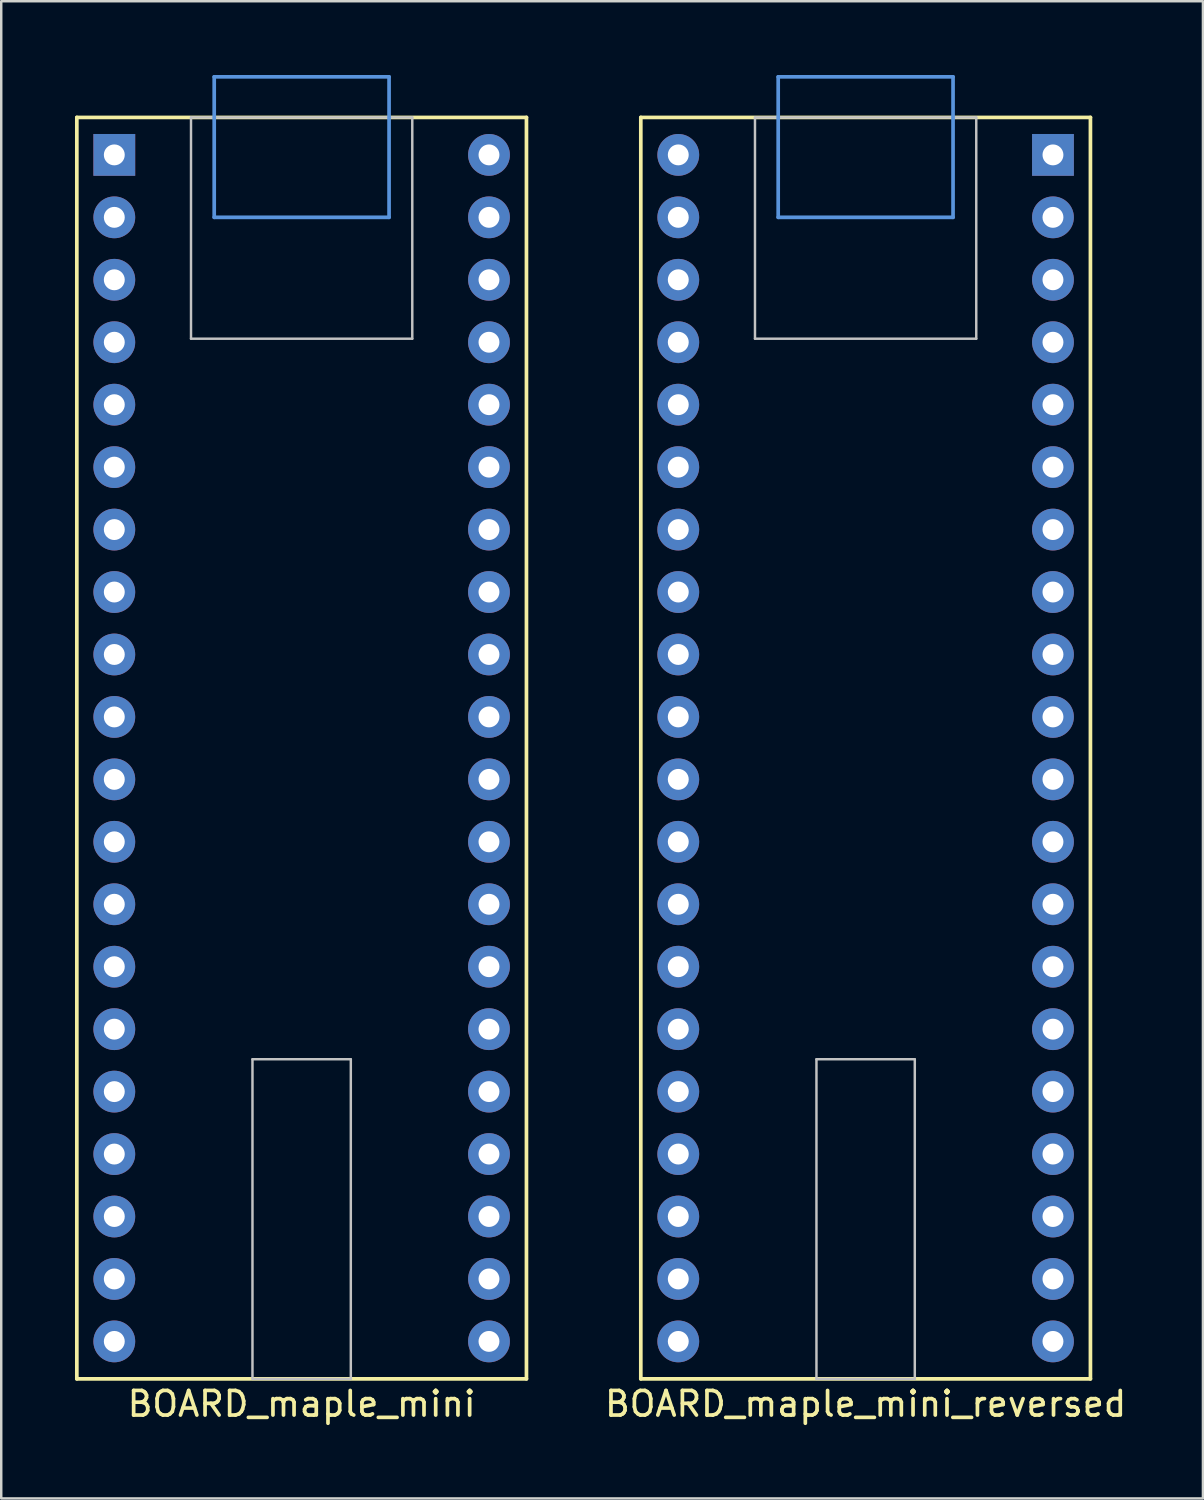
<source format=kicad_pcb>
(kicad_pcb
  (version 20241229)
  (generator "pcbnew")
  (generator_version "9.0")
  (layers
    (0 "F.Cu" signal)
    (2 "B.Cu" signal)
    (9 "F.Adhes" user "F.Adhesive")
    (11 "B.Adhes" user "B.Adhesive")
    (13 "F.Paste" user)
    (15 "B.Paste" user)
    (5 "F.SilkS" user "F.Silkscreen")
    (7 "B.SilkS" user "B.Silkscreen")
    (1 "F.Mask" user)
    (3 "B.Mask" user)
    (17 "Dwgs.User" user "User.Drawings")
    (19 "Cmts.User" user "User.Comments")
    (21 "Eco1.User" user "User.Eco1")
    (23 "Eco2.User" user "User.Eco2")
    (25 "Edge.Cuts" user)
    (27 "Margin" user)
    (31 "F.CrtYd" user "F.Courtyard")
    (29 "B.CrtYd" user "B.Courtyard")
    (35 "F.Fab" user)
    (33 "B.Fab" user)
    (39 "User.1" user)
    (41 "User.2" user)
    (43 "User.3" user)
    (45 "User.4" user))
  (footprint "BOARD_maple_mini"
    (layer "F.Cu")
    (at 9.219 1.726)
    (property "Reference" "BOARD_maple_mini" (at 0 52.324 0) (layer "F.SilkS") (effects (font (size 1 1) (thickness 0.15))))
    (attr through_hole)
    (fp_line (start -9.144 0) (end 9.144 0) (stroke (width 0.15) (type solid)) (layer "F.SilkS"))
    (fp_line (start -9.144 51.308) (end -9.144 0) (stroke (width 0.15) (type solid)) (layer "F.SilkS"))
    (fp_line (start 9.144 0) (end 9.144 51.308) (stroke (width 0.15) (type solid)) (layer "F.SilkS"))
    (fp_line (start 9.144 51.308) (end -9.144 51.308) (stroke (width 0.15) (type solid)) (layer "F.SilkS"))
    (fp_line (start -4.5 0) (end -4.5 9) (stroke (width 0.1) (type solid)) (layer "Dwgs.User"))
    (fp_line (start -4.5 9) (end 4.5 9) (stroke (width 0.1) (type solid)) (layer "Dwgs.User"))
    (fp_line (start -2 38.308) (end 2 38.308) (stroke (width 0.1) (type solid)) (layer "Dwgs.User"))
    (fp_line (start -2 51.308) (end -2 38.308) (stroke (width 0.1) (type solid)) (layer "Dwgs.User"))
    (fp_line (start 2 38.308) (end 2 51.308) (stroke (width 0.1) (type solid)) (layer "Dwgs.User"))
    (fp_line (start 2 51.308) (end -2 51.308) (stroke (width 0.1) (type solid)) (layer "Dwgs.User"))
    (fp_line (start 4.5 0) (end -4.5 0) (stroke (width 0.1) (type solid)) (layer "Dwgs.User"))
    (fp_line (start 4.5 9) (end 4.5 0) (stroke (width 0.1) (type solid)) (layer "Dwgs.User"))
    (fp_line (start -3.556 -1.651) (end -3.556 4.064) (stroke (width 0.15) (type solid)) (layer "Cmts.User"))
    (fp_line (start -3.556 4.064) (end 3.556 4.064) (stroke (width 0.15) (type solid)) (layer "Cmts.User"))
    (fp_line (start 3.556 -1.651) (end -3.556 -1.651) (stroke (width 0.15) (type solid)) (layer "Cmts.User"))
    (fp_line (start 3.556 4.064) (end 3.556 -1.651) (stroke (width 0.15) (type solid)) (layer "Cmts.User"))
    (pad "1" thru_hole rect (at -7.62 1.524) (size 1.7 1.7) (drill 0.85) (layers "*.Cu" "*.Mask"))
    (pad "2" thru_hole circle (at -7.62 4.064) (size 1.7 1.7) (drill 0.85) (layers "*.Cu" "*.Mask"))
    (pad "3" thru_hole circle (at -7.62 6.604) (size 1.7 1.7) (drill 0.85) (layers "*.Cu" "*.Mask"))
    (pad "4" thru_hole circle (at -7.62 9.144) (size 1.7 1.7) (drill 0.85) (layers "*.Cu" "*.Mask"))
    (pad "5" thru_hole circle (at -7.62 11.684) (size 1.7 1.7) (drill 0.85) (layers "*.Cu" "*.Mask"))
    (pad "6" thru_hole circle (at -7.62 14.224) (size 1.7 1.7) (drill 0.85) (layers "*.Cu" "*.Mask"))
    (pad "7" thru_hole circle (at -7.62 16.764) (size 1.7 1.7) (drill 0.85) (layers "*.Cu" "*.Mask"))
    (pad "8" thru_hole circle (at -7.62 19.304) (size 1.7 1.7) (drill 0.85) (layers "*.Cu" "*.Mask"))
    (pad "9" thru_hole circle (at -7.62 21.844) (size 1.7 1.7) (drill 0.85) (layers "*.Cu" "*.Mask"))
    (pad "10" thru_hole circle (at -7.62 24.384) (size 1.7 1.7) (drill 0.85) (layers "*.Cu" "*.Mask"))
    (pad "11" thru_hole circle (at -7.62 26.924) (size 1.7 1.7) (drill 0.85) (layers "*.Cu" "*.Mask"))
    (pad "12" thru_hole circle (at -7.62 29.464) (size 1.7 1.7) (drill 0.85) (layers "*.Cu" "*.Mask"))
    (pad "13" thru_hole circle (at -7.62 32.004) (size 1.7 1.7) (drill 0.85) (layers "*.Cu" "*.Mask"))
    (pad "14" thru_hole circle (at -7.62 34.544) (size 1.7 1.7) (drill 0.85) (layers "*.Cu" "*.Mask"))
    (pad "15" thru_hole circle (at -7.62 37.084) (size 1.7 1.7) (drill 0.85) (layers "*.Cu" "*.Mask"))
    (pad "16" thru_hole circle (at -7.62 39.624) (size 1.7 1.7) (drill 0.85) (layers "*.Cu" "*.Mask"))
    (pad "17" thru_hole circle (at -7.62 42.164) (size 1.7 1.7) (drill 0.85) (layers "*.Cu" "*.Mask"))
    (pad "18" thru_hole circle (at -7.62 44.704) (size 1.7 1.7) (drill 0.85) (layers "*.Cu" "*.Mask"))
    (pad "19" thru_hole circle (at -7.62 47.244) (size 1.7 1.7) (drill 0.85) (layers "*.Cu" "*.Mask"))
    (pad "20" thru_hole circle (at -7.62 49.784) (size 1.7 1.7) (drill 0.85) (layers "*.Cu" "*.Mask"))
    (pad "21" thru_hole circle (at 7.62 49.784) (size 1.7 1.7) (drill 0.85) (layers "*.Cu" "*.Mask"))
    (pad "22" thru_hole circle (at 7.62 47.244) (size 1.7 1.7) (drill 0.85) (layers "*.Cu" "*.Mask"))
    (pad "23" thru_hole circle (at 7.62 44.704) (size 1.7 1.7) (drill 0.85) (layers "*.Cu" "*.Mask"))
    (pad "24" thru_hole circle (at 7.62 42.164) (size 1.7 1.7) (drill 0.85) (layers "*.Cu" "*.Mask"))
    (pad "25" thru_hole circle (at 7.62 39.624) (size 1.7 1.7) (drill 0.85) (layers "*.Cu" "*.Mask"))
    (pad "26" thru_hole circle (at 7.62 37.084) (size 1.7 1.7) (drill 0.85) (layers "*.Cu" "*.Mask"))
    (pad "27" thru_hole circle (at 7.62 34.544) (size 1.7 1.7) (drill 0.85) (layers "*.Cu" "*.Mask"))
    (pad "28" thru_hole circle (at 7.62 32.004) (size 1.7 1.7) (drill 0.85) (layers "*.Cu" "*.Mask"))
    (pad "29" thru_hole circle (at 7.62 29.464) (size 1.7 1.7) (drill 0.85) (layers "*.Cu" "*.Mask"))
    (pad "30" thru_hole circle (at 7.62 26.924) (size 1.7 1.7) (drill 0.85) (layers "*.Cu" "*.Mask"))
    (pad "31" thru_hole circle (at 7.62 24.384) (size 1.7 1.7) (drill 0.85) (layers "*.Cu" "*.Mask"))
    (pad "32" thru_hole circle (at 7.62 21.844) (size 1.7 1.7) (drill 0.85) (layers "*.Cu" "*.Mask"))
    (pad "33" thru_hole circle (at 7.62 19.304) (size 1.7 1.7) (drill 0.85) (layers "*.Cu" "*.Mask"))
    (pad "34" thru_hole circle (at 7.62 16.764) (size 1.7 1.7) (drill 0.85) (layers "*.Cu" "*.Mask"))
    (pad "35" thru_hole circle (at 7.62 14.224) (size 1.7 1.7) (drill 0.85) (layers "*.Cu" "*.Mask"))
    (pad "36" thru_hole circle (at 7.62 11.684) (size 1.7 1.7) (drill 0.85) (layers "*.Cu" "*.Mask"))
    (pad "37" thru_hole circle (at 7.62 9.144) (size 1.7 1.7) (drill 0.85) (layers "*.Cu" "*.Mask"))
    (pad "38" thru_hole circle (at 7.62 6.604) (size 1.7 1.7) (drill 0.85) (layers "*.Cu" "*.Mask"))
    (pad "39" thru_hole circle (at 7.62 4.064) (size 1.7 1.7) (drill 0.85) (layers "*.Cu" "*.Mask"))
    (pad "40" thru_hole circle (at 7.62 1.524) (size 1.7 1.7) (drill 0.85) (layers "*.Cu" "*.Mask")))
  (footprint "BOARD_maple_mini_reversed"
    (layer "F.Cu")
    (at 32.158 1.726)
    (property "Reference" "BOARD_maple_mini_reversed" (at 0 52.324 0) (layer "F.SilkS") (effects (font (size 1 1) (thickness 0.15))))
    (attr through_hole)
    (fp_line (start -9.144 0) (end 9.144 0) (stroke (width 0.15) (type solid)) (layer "F.SilkS"))
    (fp_line (start -9.144 51.308) (end -9.144 0) (stroke (width 0.15) (type solid)) (layer "F.SilkS"))
    (fp_line (start 9.144 0) (end 9.144 51.308) (stroke (width 0.15) (type solid)) (layer "F.SilkS"))
    (fp_line (start 9.144 51.308) (end -9.144 51.308) (stroke (width 0.15) (type solid)) (layer "F.SilkS"))
    (fp_line (start -4.5 0) (end -4.5 9) (stroke (width 0.1) (type solid)) (layer "Dwgs.User"))
    (fp_line (start -4.5 9) (end 4.5 9) (stroke (width 0.1) (type solid)) (layer "Dwgs.User"))
    (fp_line (start -2 38.308) (end 2 38.308) (stroke (width 0.1) (type solid)) (layer "Dwgs.User"))
    (fp_line (start -2 51.308) (end -2 38.308) (stroke (width 0.1) (type solid)) (layer "Dwgs.User"))
    (fp_line (start 2 38.308) (end 2 51.308) (stroke (width 0.1) (type solid)) (layer "Dwgs.User"))
    (fp_line (start 2 51.308) (end -2 51.308) (stroke (width 0.1) (type solid)) (layer "Dwgs.User"))
    (fp_line (start 4.5 0) (end -4.5 0) (stroke (width 0.1) (type solid)) (layer "Dwgs.User"))
    (fp_line (start 4.5 9) (end 4.5 0) (stroke (width 0.1) (type solid)) (layer "Dwgs.User"))
    (fp_line (start -3.556 -1.651) (end -3.556 4.064) (stroke (width 0.15) (type solid)) (layer "Cmts.User"))
    (fp_line (start -3.556 4.064) (end 3.556 4.064) (stroke (width 0.15) (type solid)) (layer "Cmts.User"))
    (fp_line (start 3.556 -1.651) (end -3.556 -1.651) (stroke (width 0.15) (type solid)) (layer "Cmts.User"))
    (fp_line (start 3.556 4.064) (end 3.556 -1.651) (stroke (width 0.15) (type solid)) (layer "Cmts.User"))
    (pad "1" thru_hole rect (at 7.62 1.524) (size 1.7 1.7) (drill 0.85) (layers "*.Cu" "*.Mask"))
    (pad "2" thru_hole circle (at 7.62 4.064) (size 1.7 1.7) (drill 0.85) (layers "*.Cu" "*.Mask"))
    (pad "3" thru_hole circle (at 7.62 6.604) (size 1.7 1.7) (drill 0.85) (layers "*.Cu" "*.Mask"))
    (pad "4" thru_hole circle (at 7.62 9.144) (size 1.7 1.7) (drill 0.85) (layers "*.Cu" "*.Mask"))
    (pad "5" thru_hole circle (at 7.62 11.684) (size 1.7 1.7) (drill 0.85) (layers "*.Cu" "*.Mask"))
    (pad "6" thru_hole circle (at 7.62 14.224) (size 1.7 1.7) (drill 0.85) (layers "*.Cu" "*.Mask"))
    (pad "7" thru_hole circle (at 7.62 16.764) (size 1.7 1.7) (drill 0.85) (layers "*.Cu" "*.Mask"))
    (pad "8" thru_hole circle (at 7.62 19.304) (size 1.7 1.7) (drill 0.85) (layers "*.Cu" "*.Mask"))
    (pad "9" thru_hole circle (at 7.62 21.844) (size 1.7 1.7) (drill 0.85) (layers "*.Cu" "*.Mask"))
    (pad "10" thru_hole circle (at 7.62 24.384) (size 1.7 1.7) (drill 0.85) (layers "*.Cu" "*.Mask"))
    (pad "11" thru_hole circle (at 7.62 26.924) (size 1.7 1.7) (drill 0.85) (layers "*.Cu" "*.Mask"))
    (pad "12" thru_hole circle (at 7.62 29.464) (size 1.7 1.7) (drill 0.85) (layers "*.Cu" "*.Mask"))
    (pad "13" thru_hole circle (at 7.62 32.004) (size 1.7 1.7) (drill 0.85) (layers "*.Cu" "*.Mask"))
    (pad "14" thru_hole circle (at 7.62 34.544) (size 1.7 1.7) (drill 0.85) (layers "*.Cu" "*.Mask"))
    (pad "15" thru_hole circle (at 7.62 37.084) (size 1.7 1.7) (drill 0.85) (layers "*.Cu" "*.Mask"))
    (pad "16" thru_hole circle (at 7.62 39.624) (size 1.7 1.7) (drill 0.85) (layers "*.Cu" "*.Mask"))
    (pad "17" thru_hole circle (at 7.62 42.164) (size 1.7 1.7) (drill 0.85) (layers "*.Cu" "*.Mask"))
    (pad "18" thru_hole circle (at 7.62 44.704) (size 1.7 1.7) (drill 0.85) (layers "*.Cu" "*.Mask"))
    (pad "19" thru_hole circle (at 7.62 47.244) (size 1.7 1.7) (drill 0.85) (layers "*.Cu" "*.Mask"))
    (pad "20" thru_hole circle (at 7.62 49.784) (size 1.7 1.7) (drill 0.85) (layers "*.Cu" "*.Mask"))
    (pad "21" thru_hole circle (at -7.62 49.784) (size 1.7 1.7) (drill 0.85) (layers "*.Cu" "*.Mask"))
    (pad "22" thru_hole circle (at -7.62 47.244) (size 1.7 1.7) (drill 0.85) (layers "*.Cu" "*.Mask"))
    (pad "23" thru_hole circle (at -7.62 44.704) (size 1.7 1.7) (drill 0.85) (layers "*.Cu" "*.Mask"))
    (pad "24" thru_hole circle (at -7.62 42.164) (size 1.7 1.7) (drill 0.85) (layers "*.Cu" "*.Mask"))
    (pad "25" thru_hole circle (at -7.62 39.624) (size 1.7 1.7) (drill 0.85) (layers "*.Cu" "*.Mask"))
    (pad "26" thru_hole circle (at -7.62 37.084) (size 1.7 1.7) (drill 0.85) (layers "*.Cu" "*.Mask"))
    (pad "27" thru_hole circle (at -7.62 34.544) (size 1.7 1.7) (drill 0.85) (layers "*.Cu" "*.Mask"))
    (pad "28" thru_hole circle (at -7.62 32.004) (size 1.7 1.7) (drill 0.85) (layers "*.Cu" "*.Mask"))
    (pad "29" thru_hole circle (at -7.62 29.464) (size 1.7 1.7) (drill 0.85) (layers "*.Cu" "*.Mask"))
    (pad "30" thru_hole circle (at -7.62 26.924) (size 1.7 1.7) (drill 0.85) (layers "*.Cu" "*.Mask"))
    (pad "31" thru_hole circle (at -7.62 24.384) (size 1.7 1.7) (drill 0.85) (layers "*.Cu" "*.Mask"))
    (pad "32" thru_hole circle (at -7.62 21.844) (size 1.7 1.7) (drill 0.85) (layers "*.Cu" "*.Mask"))
    (pad "33" thru_hole circle (at -7.62 19.304) (size 1.7 1.7) (drill 0.85) (layers "*.Cu" "*.Mask"))
    (pad "34" thru_hole circle (at -7.62 16.764) (size 1.7 1.7) (drill 0.85) (layers "*.Cu" "*.Mask"))
    (pad "35" thru_hole circle (at -7.62 14.224) (size 1.7 1.7) (drill 0.85) (layers "*.Cu" "*.Mask"))
    (pad "36" thru_hole circle (at -7.62 11.684) (size 1.7 1.7) (drill 0.85) (layers "*.Cu" "*.Mask"))
    (pad "37" thru_hole circle (at -7.62 9.144) (size 1.7 1.7) (drill 0.85) (layers "*.Cu" "*.Mask"))
    (pad "38" thru_hole circle (at -7.62 6.604) (size 1.7 1.7) (drill 0.85) (layers "*.Cu" "*.Mask"))
    (pad "39" thru_hole circle (at -7.62 4.064) (size 1.7 1.7) (drill 0.85) (layers "*.Cu" "*.Mask"))
    (pad "40" thru_hole circle (at -7.62 1.524) (size 1.7 1.7) (drill 0.85) (layers "*.Cu" "*.Mask")))
  (gr_rect
    (start -3 -3)
    (end 45.878 57.898)
    (stroke (width 0.1) (type default))
    (fill no)
    (layer "Edge.Cuts")))
</source>
